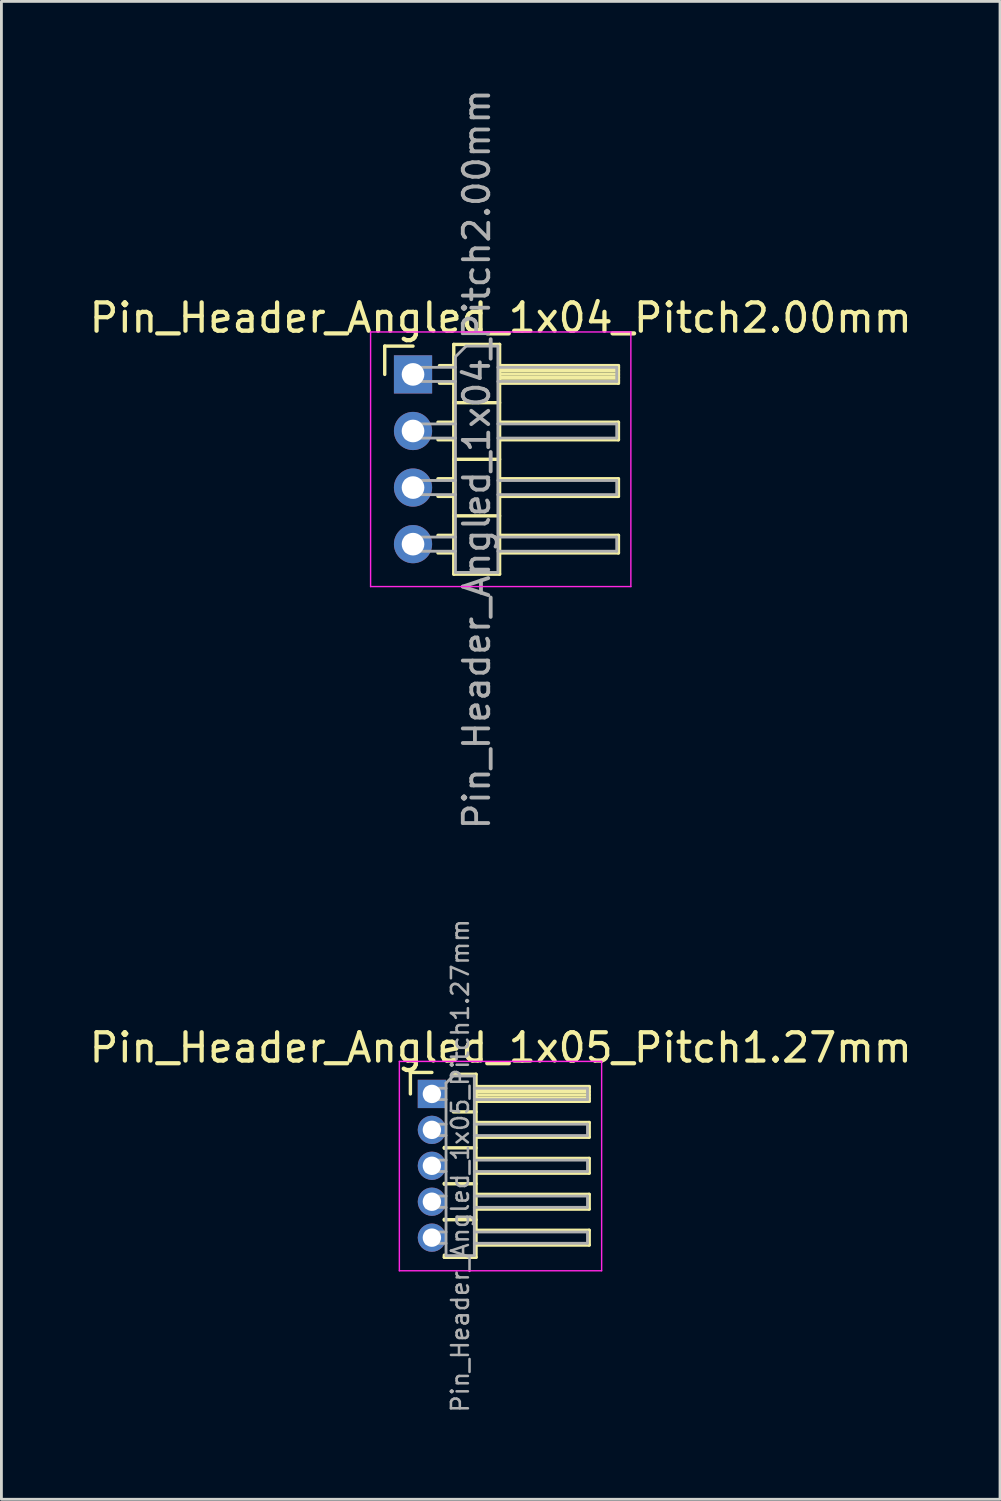
<source format=kicad_pcb>
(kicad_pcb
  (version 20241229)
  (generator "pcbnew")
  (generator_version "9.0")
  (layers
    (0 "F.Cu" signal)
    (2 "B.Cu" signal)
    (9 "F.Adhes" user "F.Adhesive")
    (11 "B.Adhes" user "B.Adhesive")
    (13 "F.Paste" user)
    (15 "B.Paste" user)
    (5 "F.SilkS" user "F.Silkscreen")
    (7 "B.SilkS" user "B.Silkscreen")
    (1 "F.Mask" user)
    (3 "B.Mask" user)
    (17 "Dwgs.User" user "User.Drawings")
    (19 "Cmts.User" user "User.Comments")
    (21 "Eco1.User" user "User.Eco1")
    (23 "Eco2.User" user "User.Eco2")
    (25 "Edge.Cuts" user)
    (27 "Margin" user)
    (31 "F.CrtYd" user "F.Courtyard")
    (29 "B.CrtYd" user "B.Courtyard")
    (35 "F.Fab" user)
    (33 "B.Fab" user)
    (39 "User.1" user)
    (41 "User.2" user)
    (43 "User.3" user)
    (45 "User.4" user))
  (footprint "Pin_Header_Angled_1x04_Pitch2.00mm"
    (layer "F.Cu")
    (at 11.549 10.184)
    (property "Reference" "Pin_Header_Angled_1x04_Pitch2.00mm" (at 3.1 -2 0) (layer "F.SilkS") (effects (font (size 1 1) (thickness 0.15))))
    (attr through_hole)
    (fp_line (start -1 -1) (end 0 -1) (stroke (width 0.12) (type solid)) (layer "F.SilkS"))
    (fp_line (start -1 0) (end -1 -1) (stroke (width 0.12) (type solid)) (layer "F.SilkS"))
    (fp_line (start 0.882 1.69) (end 1.44 1.69) (stroke (width 0.12) (type solid)) (layer "F.SilkS"))
    (fp_line (start 0.882 2.31) (end 1.44 2.31) (stroke (width 0.12) (type solid)) (layer "F.SilkS"))
    (fp_line (start 0.882 3.69) (end 1.44 3.69) (stroke (width 0.12) (type solid)) (layer "F.SilkS"))
    (fp_line (start 0.882 4.31) (end 1.44 4.31) (stroke (width 0.12) (type solid)) (layer "F.SilkS"))
    (fp_line (start 0.882 5.69) (end 1.44 5.69) (stroke (width 0.12) (type solid)) (layer "F.SilkS"))
    (fp_line (start 0.882 6.31) (end 1.44 6.31) (stroke (width 0.12) (type solid)) (layer "F.SilkS"))
    (fp_line (start 0.935 -0.31) (end 1.44 -0.31) (stroke (width 0.12) (type solid)) (layer "F.SilkS"))
    (fp_line (start 0.935 0.31) (end 1.44 0.31) (stroke (width 0.12) (type solid)) (layer "F.SilkS"))
    (fp_line (start 1.44 -1.06) (end 1.44 7.06) (stroke (width 0.12) (type solid)) (layer "F.SilkS"))
    (fp_line (start 1.44 1) (end 3.06 1) (stroke (width 0.12) (type solid)) (layer "F.SilkS"))
    (fp_line (start 1.44 3) (end 3.06 3) (stroke (width 0.12) (type solid)) (layer "F.SilkS"))
    (fp_line (start 1.44 5) (end 3.06 5) (stroke (width 0.12) (type solid)) (layer "F.SilkS"))
    (fp_line (start 1.44 7.06) (end 3.06 7.06) (stroke (width 0.12) (type solid)) (layer "F.SilkS"))
    (fp_line (start 3.06 -1.06) (end 1.44 -1.06) (stroke (width 0.12) (type solid)) (layer "F.SilkS"))
    (fp_line (start 3.06 -0.31) (end 7.26 -0.31) (stroke (width 0.12) (type solid)) (layer "F.SilkS"))
    (fp_line (start 3.06 -0.25) (end 7.26 -0.25) (stroke (width 0.12) (type solid)) (layer "F.SilkS"))
    (fp_line (start 3.06 -0.13) (end 7.26 -0.13) (stroke (width 0.12) (type solid)) (layer "F.SilkS"))
    (fp_line (start 3.06 -0.01) (end 7.26 -0.01) (stroke (width 0.12) (type solid)) (layer "F.SilkS"))
    (fp_line (start 3.06 0.11) (end 7.26 0.11) (stroke (width 0.12) (type solid)) (layer "F.SilkS"))
    (fp_line (start 3.06 0.23) (end 7.26 0.23) (stroke (width 0.12) (type solid)) (layer "F.SilkS"))
    (fp_line (start 3.06 1.69) (end 7.26 1.69) (stroke (width 0.12) (type solid)) (layer "F.SilkS"))
    (fp_line (start 3.06 3.69) (end 7.26 3.69) (stroke (width 0.12) (type solid)) (layer "F.SilkS"))
    (fp_line (start 3.06 5.69) (end 7.26 5.69) (stroke (width 0.12) (type solid)) (layer "F.SilkS"))
    (fp_line (start 3.06 7.06) (end 3.06 -1.06) (stroke (width 0.12) (type solid)) (layer "F.SilkS"))
    (fp_line (start 7.26 -0.31) (end 7.26 0.31) (stroke (width 0.12) (type solid)) (layer "F.SilkS"))
    (fp_line (start 7.26 0.31) (end 3.06 0.31) (stroke (width 0.12) (type solid)) (layer "F.SilkS"))
    (fp_line (start 7.26 1.69) (end 7.26 2.31) (stroke (width 0.12) (type solid)) (layer "F.SilkS"))
    (fp_line (start 7.26 2.31) (end 3.06 2.31) (stroke (width 0.12) (type solid)) (layer "F.SilkS"))
    (fp_line (start 7.26 3.69) (end 7.26 4.31) (stroke (width 0.12) (type solid)) (layer "F.SilkS"))
    (fp_line (start 7.26 4.31) (end 3.06 4.31) (stroke (width 0.12) (type solid)) (layer "F.SilkS"))
    (fp_line (start 7.26 5.69) (end 7.26 6.31) (stroke (width 0.12) (type solid)) (layer "F.SilkS"))
    (fp_line (start 7.26 6.31) (end 3.06 6.31) (stroke (width 0.12) (type solid)) (layer "F.SilkS"))
    (fp_line (start -1.5 -1.5) (end -1.5 7.5) (stroke (width 0.05) (type solid)) (layer "F.CrtYd"))
    (fp_line (start -1.5 7.5) (end 7.7 7.5) (stroke (width 0.05) (type solid)) (layer "F.CrtYd"))
    (fp_line (start 7.7 -1.5) (end -1.5 -1.5) (stroke (width 0.05) (type solid)) (layer "F.CrtYd"))
    (fp_line (start 7.7 7.5) (end 7.7 -1.5) (stroke (width 0.05) (type solid)) (layer "F.CrtYd"))
    (fp_line (start -0.25 -0.25) (end -0.25 0.25) (stroke (width 0.1) (type solid)) (layer "F.Fab"))
    (fp_line (start -0.25 -0.25) (end 1.5 -0.25) (stroke (width 0.1) (type solid)) (layer "F.Fab"))
    (fp_line (start -0.25 0.25) (end 1.5 0.25) (stroke (width 0.1) (type solid)) (layer "F.Fab"))
    (fp_line (start -0.25 1.75) (end -0.25 2.25) (stroke (width 0.1) (type solid)) (layer "F.Fab"))
    (fp_line (start -0.25 1.75) (end 1.5 1.75) (stroke (width 0.1) (type solid)) (layer "F.Fab"))
    (fp_line (start -0.25 2.25) (end 1.5 2.25) (stroke (width 0.1) (type solid)) (layer "F.Fab"))
    (fp_line (start -0.25 3.75) (end -0.25 4.25) (stroke (width 0.1) (type solid)) (layer "F.Fab"))
    (fp_line (start -0.25 3.75) (end 1.5 3.75) (stroke (width 0.1) (type solid)) (layer "F.Fab"))
    (fp_line (start -0.25 4.25) (end 1.5 4.25) (stroke (width 0.1) (type solid)) (layer "F.Fab"))
    (fp_line (start -0.25 5.75) (end -0.25 6.25) (stroke (width 0.1) (type solid)) (layer "F.Fab"))
    (fp_line (start -0.25 5.75) (end 1.5 5.75) (stroke (width 0.1) (type solid)) (layer "F.Fab"))
    (fp_line (start -0.25 6.25) (end 1.5 6.25) (stroke (width 0.1) (type solid)) (layer "F.Fab"))
    (fp_line (start 1.5 -0.625) (end 1.875 -1) (stroke (width 0.1) (type solid)) (layer "F.Fab"))
    (fp_line (start 1.5 7) (end 1.5 -0.625) (stroke (width 0.1) (type solid)) (layer "F.Fab"))
    (fp_line (start 1.875 -1) (end 3 -1) (stroke (width 0.1) (type solid)) (layer "F.Fab"))
    (fp_line (start 3 -1) (end 3 7) (stroke (width 0.1) (type solid)) (layer "F.Fab"))
    (fp_line (start 3 -0.25) (end 7.2 -0.25) (stroke (width 0.1) (type solid)) (layer "F.Fab"))
    (fp_line (start 3 0.25) (end 7.2 0.25) (stroke (width 0.1) (type solid)) (layer "F.Fab"))
    (fp_line (start 3 1.75) (end 7.2 1.75) (stroke (width 0.1) (type solid)) (layer "F.Fab"))
    (fp_line (start 3 2.25) (end 7.2 2.25) (stroke (width 0.1) (type solid)) (layer "F.Fab"))
    (fp_line (start 3 3.75) (end 7.2 3.75) (stroke (width 0.1) (type solid)) (layer "F.Fab"))
    (fp_line (start 3 4.25) (end 7.2 4.25) (stroke (width 0.1) (type solid)) (layer "F.Fab"))
    (fp_line (start 3 5.75) (end 7.2 5.75) (stroke (width 0.1) (type solid)) (layer "F.Fab"))
    (fp_line (start 3 6.25) (end 7.2 6.25) (stroke (width 0.1) (type solid)) (layer "F.Fab"))
    (fp_line (start 3 7) (end 1.5 7) (stroke (width 0.1) (type solid)) (layer "F.Fab"))
    (fp_line (start 7.2 -0.25) (end 7.2 0.25) (stroke (width 0.1) (type solid)) (layer "F.Fab"))
    (fp_line (start 7.2 1.75) (end 7.2 2.25) (stroke (width 0.1) (type solid)) (layer "F.Fab"))
    (fp_line (start 7.2 3.75) (end 7.2 4.25) (stroke (width 0.1) (type solid)) (layer "F.Fab"))
    (fp_line (start 7.2 5.75) (end 7.2 6.25) (stroke (width 0.1) (type solid)) (layer "F.Fab"))
    (fp_text user "${REFERENCE}" (at 2.25 3 90) (layer "F.Fab") (effects (font (size 0.9 0.9) (thickness 0.135))))
    (pad "1" thru_hole rect (at 0 0) (size 1.35 1.35) (drill 0.8) (layers "*.Cu" "*.Mask"))
    (pad "2" thru_hole oval (at 0 2) (size 1.35 1.35) (drill 0.8) (layers "*.Cu" "*.Mask"))
    (pad "3" thru_hole oval (at 0 4) (size 1.35 1.35) (drill 0.8) (layers "*.Cu" "*.Mask"))
    (pad "4" thru_hole oval (at 0 6) (size 1.35 1.35) (drill 0.8) (layers "*.Cu" "*.Mask")))
  (footprint "Pin_Header_Angled_1x05_Pitch1.27mm"
    (layer "F.Cu")
    (at 12.216 35.617)
    (property "Reference" "Pin_Header_Angled_1x05_Pitch1.27mm" (at 2.433 -1.635 0) (layer "F.SilkS") (effects (font (size 1 1) (thickness 0.15))))
    (attr through_hole)
    (fp_line (start -0.76 -0.76) (end 0 -0.76) (stroke (width 0.12) (type solid)) (layer "F.SilkS"))
    (fp_line (start -0.76 0) (end -0.76 -0.76) (stroke (width 0.12) (type solid)) (layer "F.SilkS"))
    (fp_line (start 0.44 1.89) (end 0.44 1.92) (stroke (width 0.12) (type solid)) (layer "F.SilkS"))
    (fp_line (start 0.44 1.905) (end 1.56 1.905) (stroke (width 0.12) (type solid)) (layer "F.SilkS"))
    (fp_line (start 0.44 3.16) (end 0.44 3.19) (stroke (width 0.12) (type solid)) (layer "F.SilkS"))
    (fp_line (start 0.44 3.175) (end 1.56 3.175) (stroke (width 0.12) (type solid)) (layer "F.SilkS"))
    (fp_line (start 0.44 4.43) (end 0.44 4.46) (stroke (width 0.12) (type solid)) (layer "F.SilkS"))
    (fp_line (start 0.44 4.445) (end 1.56 4.445) (stroke (width 0.12) (type solid)) (layer "F.SilkS"))
    (fp_line (start 0.44 5.775) (end 0.44 5.7) (stroke (width 0.12) (type solid)) (layer "F.SilkS"))
    (fp_line (start 0.76 -0.695) (end 1.56 -0.695) (stroke (width 0.12) (type solid)) (layer "F.SilkS"))
    (fp_line (start 0.76 0.635) (end 1.56 0.635) (stroke (width 0.12) (type solid)) (layer "F.SilkS"))
    (fp_line (start 1.56 -0.695) (end 1.56 5.775) (stroke (width 0.12) (type solid)) (layer "F.SilkS"))
    (fp_line (start 1.56 -0.26) (end 5.56 -0.26) (stroke (width 0.12) (type solid)) (layer "F.SilkS"))
    (fp_line (start 1.56 -0.2) (end 5.56 -0.2) (stroke (width 0.12) (type solid)) (layer "F.SilkS"))
    (fp_line (start 1.56 -0.08) (end 5.56 -0.08) (stroke (width 0.12) (type solid)) (layer "F.SilkS"))
    (fp_line (start 1.56 0.04) (end 5.56 0.04) (stroke (width 0.12) (type solid)) (layer "F.SilkS"))
    (fp_line (start 1.56 0.16) (end 5.56 0.16) (stroke (width 0.12) (type solid)) (layer "F.SilkS"))
    (fp_line (start 1.56 1.01) (end 5.56 1.01) (stroke (width 0.12) (type solid)) (layer "F.SilkS"))
    (fp_line (start 1.56 2.28) (end 5.56 2.28) (stroke (width 0.12) (type solid)) (layer "F.SilkS"))
    (fp_line (start 1.56 3.55) (end 5.56 3.55) (stroke (width 0.12) (type solid)) (layer "F.SilkS"))
    (fp_line (start 1.56 4.82) (end 5.56 4.82) (stroke (width 0.12) (type solid)) (layer "F.SilkS"))
    (fp_line (start 1.56 5.775) (end 0.44 5.775) (stroke (width 0.12) (type solid)) (layer "F.SilkS"))
    (fp_line (start 5.56 -0.26) (end 5.56 0.26) (stroke (width 0.12) (type solid)) (layer "F.SilkS"))
    (fp_line (start 5.56 0.26) (end 1.56 0.26) (stroke (width 0.12) (type solid)) (layer "F.SilkS"))
    (fp_line (start 5.56 1.01) (end 5.56 1.53) (stroke (width 0.12) (type solid)) (layer "F.SilkS"))
    (fp_line (start 5.56 1.53) (end 1.56 1.53) (stroke (width 0.12) (type solid)) (layer "F.SilkS"))
    (fp_line (start 5.56 2.28) (end 5.56 2.8) (stroke (width 0.12) (type solid)) (layer "F.SilkS"))
    (fp_line (start 5.56 2.8) (end 1.56 2.8) (stroke (width 0.12) (type solid)) (layer "F.SilkS"))
    (fp_line (start 5.56 3.55) (end 5.56 4.07) (stroke (width 0.12) (type solid)) (layer "F.SilkS"))
    (fp_line (start 5.56 4.07) (end 1.56 4.07) (stroke (width 0.12) (type solid)) (layer "F.SilkS"))
    (fp_line (start 5.56 4.82) (end 5.56 5.34) (stroke (width 0.12) (type solid)) (layer "F.SilkS"))
    (fp_line (start 5.56 5.34) (end 1.56 5.34) (stroke (width 0.12) (type solid)) (layer "F.SilkS"))
    (fp_line (start -1.15 -1.15) (end -1.15 6.25) (stroke (width 0.05) (type solid)) (layer "F.CrtYd"))
    (fp_line (start -1.15 6.25) (end 6 6.25) (stroke (width 0.05) (type solid)) (layer "F.CrtYd"))
    (fp_line (start 6 -1.15) (end -1.15 -1.15) (stroke (width 0.05) (type solid)) (layer "F.CrtYd"))
    (fp_line (start 6 6.25) (end 6 -1.15) (stroke (width 0.05) (type solid)) (layer "F.CrtYd"))
    (fp_line (start -0.2 -0.2) (end -0.2 0.2) (stroke (width 0.1) (type solid)) (layer "F.Fab"))
    (fp_line (start -0.2 -0.2) (end 0.5 -0.2) (stroke (width 0.1) (type solid)) (layer "F.Fab"))
    (fp_line (start -0.2 0.2) (end 0.5 0.2) (stroke (width 0.1) (type solid)) (layer "F.Fab"))
    (fp_line (start -0.2 1.07) (end -0.2 1.47) (stroke (width 0.1) (type solid)) (layer "F.Fab"))
    (fp_line (start -0.2 1.07) (end 0.5 1.07) (stroke (width 0.1) (type solid)) (layer "F.Fab"))
    (fp_line (start -0.2 1.47) (end 0.5 1.47) (stroke (width 0.1) (type solid)) (layer "F.Fab"))
    (fp_line (start -0.2 2.34) (end -0.2 2.74) (stroke (width 0.1) (type solid)) (layer "F.Fab"))
    (fp_line (start -0.2 2.34) (end 0.5 2.34) (stroke (width 0.1) (type solid)) (layer "F.Fab"))
    (fp_line (start -0.2 2.74) (end 0.5 2.74) (stroke (width 0.1) (type solid)) (layer "F.Fab"))
    (fp_line (start -0.2 3.61) (end -0.2 4.01) (stroke (width 0.1) (type solid)) (layer "F.Fab"))
    (fp_line (start -0.2 3.61) (end 0.5 3.61) (stroke (width 0.1) (type solid)) (layer "F.Fab"))
    (fp_line (start -0.2 4.01) (end 0.5 4.01) (stroke (width 0.1) (type solid)) (layer "F.Fab"))
    (fp_line (start -0.2 4.88) (end -0.2 5.28) (stroke (width 0.1) (type solid)) (layer "F.Fab"))
    (fp_line (start -0.2 4.88) (end 0.5 4.88) (stroke (width 0.1) (type solid)) (layer "F.Fab"))
    (fp_line (start -0.2 5.28) (end 0.5 5.28) (stroke (width 0.1) (type solid)) (layer "F.Fab"))
    (fp_line (start 0.5 -0.385) (end 0.75 -0.635) (stroke (width 0.1) (type solid)) (layer "F.Fab"))
    (fp_line (start 0.5 5.715) (end 0.5 -0.385) (stroke (width 0.1) (type solid)) (layer "F.Fab"))
    (fp_line (start 0.75 -0.635) (end 1.5 -0.635) (stroke (width 0.1) (type solid)) (layer "F.Fab"))
    (fp_line (start 1.5 -0.635) (end 1.5 5.715) (stroke (width 0.1) (type solid)) (layer "F.Fab"))
    (fp_line (start 1.5 -0.2) (end 5.5 -0.2) (stroke (width 0.1) (type solid)) (layer "F.Fab"))
    (fp_line (start 1.5 0.2) (end 5.5 0.2) (stroke (width 0.1) (type solid)) (layer "F.Fab"))
    (fp_line (start 1.5 1.07) (end 5.5 1.07) (stroke (width 0.1) (type solid)) (layer "F.Fab"))
    (fp_line (start 1.5 1.47) (end 5.5 1.47) (stroke (width 0.1) (type solid)) (layer "F.Fab"))
    (fp_line (start 1.5 2.34) (end 5.5 2.34) (stroke (width 0.1) (type solid)) (layer "F.Fab"))
    (fp_line (start 1.5 2.74) (end 5.5 2.74) (stroke (width 0.1) (type solid)) (layer "F.Fab"))
    (fp_line (start 1.5 3.61) (end 5.5 3.61) (stroke (width 0.1) (type solid)) (layer "F.Fab"))
    (fp_line (start 1.5 4.01) (end 5.5 4.01) (stroke (width 0.1) (type solid)) (layer "F.Fab"))
    (fp_line (start 1.5 4.88) (end 5.5 4.88) (stroke (width 0.1) (type solid)) (layer "F.Fab"))
    (fp_line (start 1.5 5.28) (end 5.5 5.28) (stroke (width 0.1) (type solid)) (layer "F.Fab"))
    (fp_line (start 1.5 5.715) (end 0.5 5.715) (stroke (width 0.1) (type solid)) (layer "F.Fab"))
    (fp_line (start 5.5 -0.2) (end 5.5 0.2) (stroke (width 0.1) (type solid)) (layer "F.Fab"))
    (fp_line (start 5.5 1.07) (end 5.5 1.47) (stroke (width 0.1) (type solid)) (layer "F.Fab"))
    (fp_line (start 5.5 2.34) (end 5.5 2.74) (stroke (width 0.1) (type solid)) (layer "F.Fab"))
    (fp_line (start 5.5 3.61) (end 5.5 4.01) (stroke (width 0.1) (type solid)) (layer "F.Fab"))
    (fp_line (start 5.5 4.88) (end 5.5 5.28) (stroke (width 0.1) (type solid)) (layer "F.Fab"))
    (fp_text user "${REFERENCE}" (at 1 2.54 90) (layer "F.Fab") (effects (font (size 0.6 0.6) (thickness 0.09))))
    (pad "1" thru_hole rect (at 0 0) (size 1 1) (drill 0.65) (layers "*.Cu" "*.Mask"))
    (pad "2" thru_hole oval (at 0 1.27) (size 1 1) (drill 0.65) (layers "*.Cu" "*.Mask"))
    (pad "3" thru_hole oval (at 0 2.54) (size 1 1) (drill 0.65) (layers "*.Cu" "*.Mask"))
    (pad "4" thru_hole oval (at 0 3.81) (size 1 1) (drill 0.65) (layers "*.Cu" "*.Mask"))
    (pad "5" thru_hole oval (at 0 5.08) (size 1 1) (drill 0.65) (layers "*.Cu" "*.Mask")))
  (gr_rect
    (start -3 -3)
    (end 32.298 49.946)
    (stroke (width 0.1) (type default))
    (fill no)
    (layer "Edge.Cuts")))
</source>
